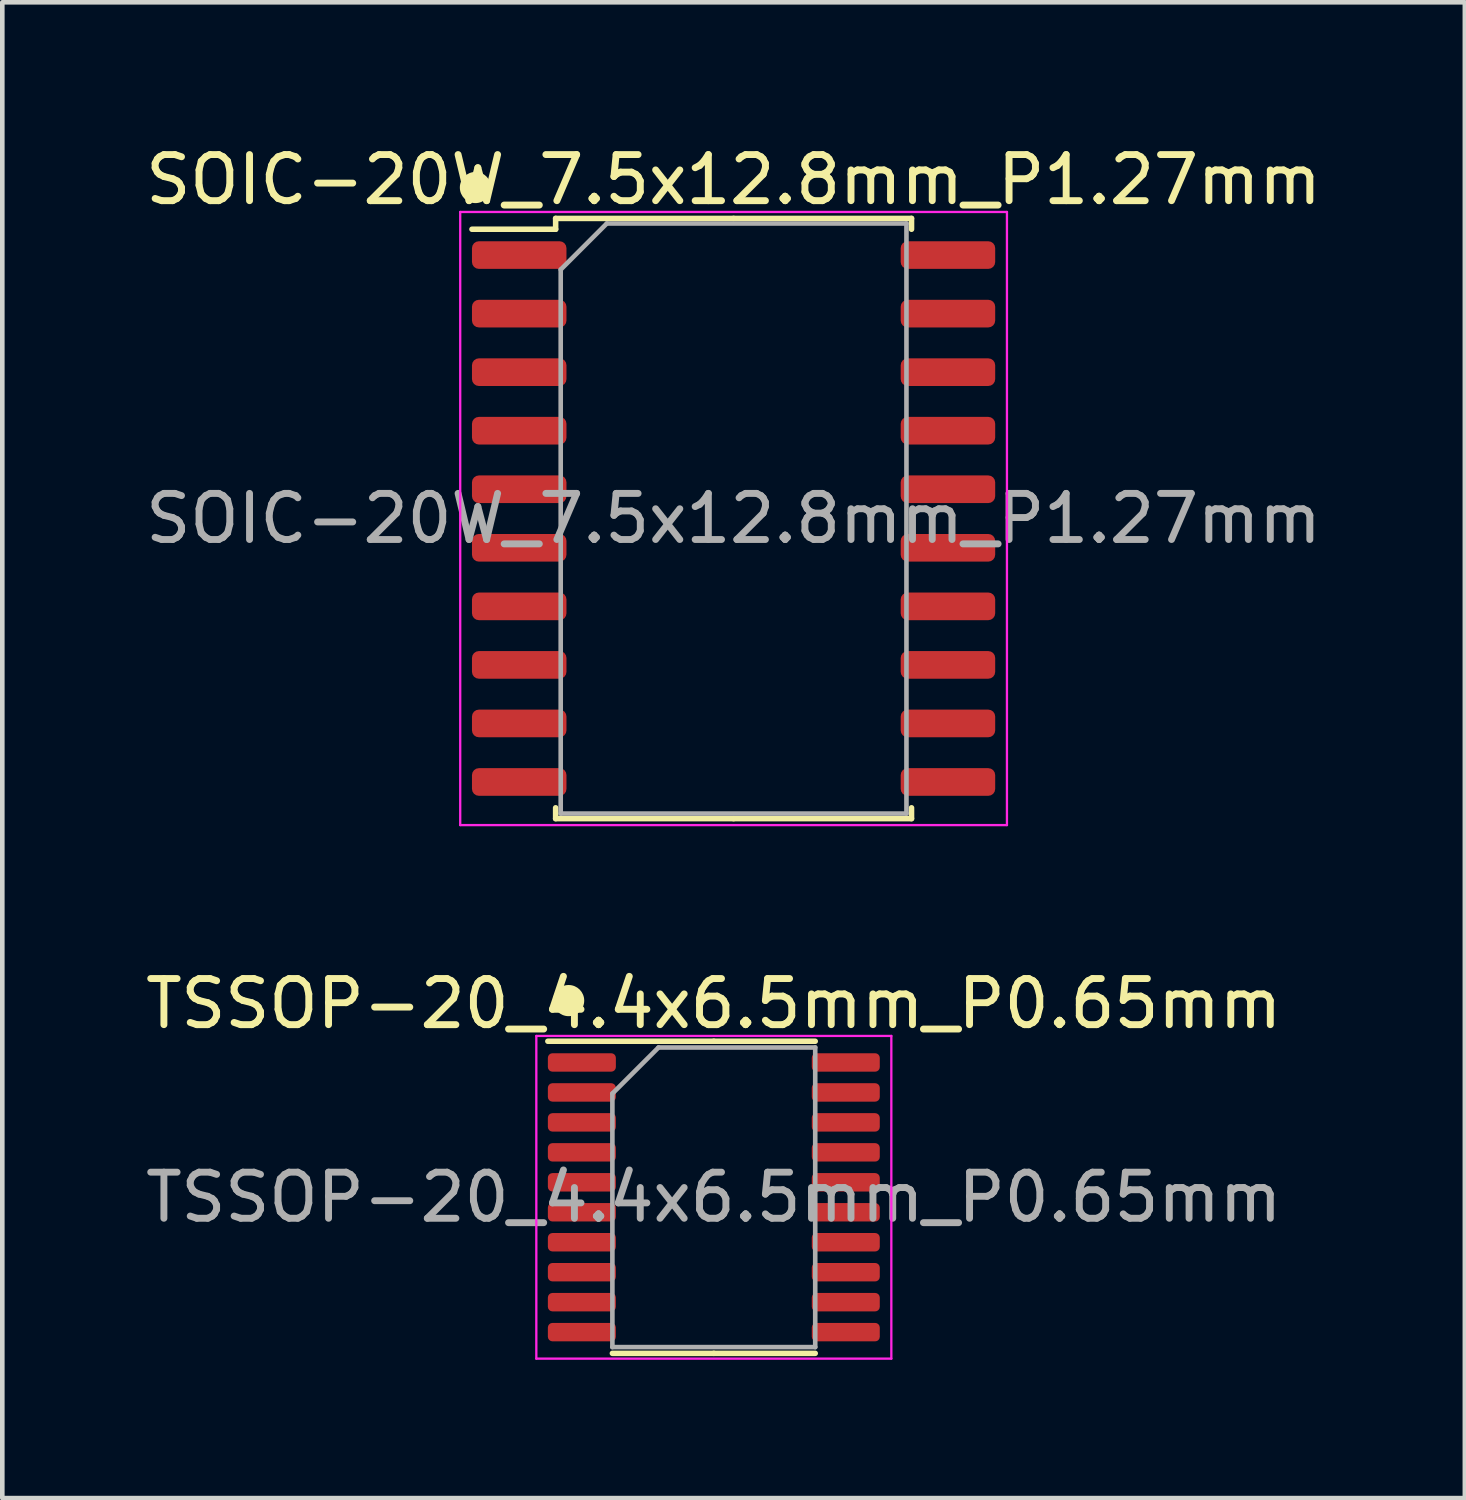
<source format=kicad_pcb>
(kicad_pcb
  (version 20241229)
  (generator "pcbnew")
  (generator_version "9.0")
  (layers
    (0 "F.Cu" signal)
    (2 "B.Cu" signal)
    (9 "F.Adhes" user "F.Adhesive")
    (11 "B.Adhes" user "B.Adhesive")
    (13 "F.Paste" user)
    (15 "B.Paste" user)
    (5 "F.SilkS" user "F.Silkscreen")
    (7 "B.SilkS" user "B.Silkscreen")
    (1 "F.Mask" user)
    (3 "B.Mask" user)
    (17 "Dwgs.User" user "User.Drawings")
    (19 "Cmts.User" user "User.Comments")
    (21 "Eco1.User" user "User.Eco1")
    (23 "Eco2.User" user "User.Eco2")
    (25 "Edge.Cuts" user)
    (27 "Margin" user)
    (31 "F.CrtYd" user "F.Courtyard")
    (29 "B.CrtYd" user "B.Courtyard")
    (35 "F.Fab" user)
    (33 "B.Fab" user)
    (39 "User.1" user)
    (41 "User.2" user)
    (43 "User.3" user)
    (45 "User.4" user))
  (footprint "SOIC-20W_7.5x12.8mm_P1.27mm"
    (layer "F.Cu")
    (at 12.863 8.198)
    (property "Reference" "SOIC-20W_7.5x12.8mm_P1.27mm" (at 0 -7.35 0) (layer "F.SilkS") (effects (font (size 1 1) (thickness 0.15))))
    (attr smd)
    (fp_line (start -3.86 -6.51) (end -3.86 -6.275) (stroke (width 0.12) (type solid)) (layer "F.SilkS"))
    (fp_line (start -3.86 -6.275) (end -5.675 -6.275) (stroke (width 0.12) (type solid)) (layer "F.SilkS"))
    (fp_line (start -3.86 6.51) (end -3.86 6.275) (stroke (width 0.12) (type solid)) (layer "F.SilkS"))
    (fp_line (start 0 -6.51) (end -3.86 -6.51) (stroke (width 0.12) (type solid)) (layer "F.SilkS"))
    (fp_line (start 0 -6.51) (end 3.86 -6.51) (stroke (width 0.12) (type solid)) (layer "F.SilkS"))
    (fp_line (start 0 6.51) (end -3.86 6.51) (stroke (width 0.12) (type solid)) (layer "F.SilkS"))
    (fp_line (start 0 6.51) (end 3.86 6.51) (stroke (width 0.12) (type solid)) (layer "F.SilkS"))
    (fp_line (start 3.86 -6.51) (end 3.86 -6.275) (stroke (width 0.12) (type solid)) (layer "F.SilkS"))
    (fp_line (start 3.86 6.51) (end 3.86 6.275) (stroke (width 0.12) (type solid)) (layer "F.SilkS"))
    (fp_circle (center -5.6 -7.18) (end -5.322 -7.18) (stroke (width 0.12) (type solid)) (fill yes) (layer "F.SilkS"))
    (fp_line (start -5.93 -6.65) (end -5.93 6.65) (stroke (width 0.05) (type solid)) (layer "F.CrtYd"))
    (fp_line (start -5.93 6.65) (end 5.93 6.65) (stroke (width 0.05) (type solid)) (layer "F.CrtYd"))
    (fp_line (start 5.93 -6.65) (end -5.93 -6.65) (stroke (width 0.05) (type solid)) (layer "F.CrtYd"))
    (fp_line (start 5.93 6.65) (end 5.93 -6.65) (stroke (width 0.05) (type solid)) (layer "F.CrtYd"))
    (fp_line (start -3.75 -5.4) (end -2.75 -6.4) (stroke (width 0.1) (type solid)) (layer "F.Fab"))
    (fp_line (start -3.75 6.4) (end -3.75 -5.4) (stroke (width 0.1) (type solid)) (layer "F.Fab"))
    (fp_line (start -2.75 -6.4) (end 3.75 -6.4) (stroke (width 0.1) (type solid)) (layer "F.Fab"))
    (fp_line (start 3.75 -6.4) (end 3.75 6.4) (stroke (width 0.1) (type solid)) (layer "F.Fab"))
    (fp_line (start 3.75 6.4) (end -3.75 6.4) (stroke (width 0.1) (type solid)) (layer "F.Fab"))
    (fp_text user "${REFERENCE}" (at 0 0 0) (layer "F.Fab") (effects (font (size 1 1) (thickness 0.15))))
    (pad "1" smd roundrect (at -4.65 -5.715) (size 2.05 0.6) (layers "F.Cu" "F.Mask" "F.Paste") (roundrect_rratio 0.25))
    (pad "2" smd roundrect (at -4.65 -4.445) (size 2.05 0.6) (layers "F.Cu" "F.Mask" "F.Paste") (roundrect_rratio 0.25))
    (pad "3" smd roundrect (at -4.65 -3.175) (size 2.05 0.6) (layers "F.Cu" "F.Mask" "F.Paste") (roundrect_rratio 0.25))
    (pad "4" smd roundrect (at -4.65 -1.905) (size 2.05 0.6) (layers "F.Cu" "F.Mask" "F.Paste") (roundrect_rratio 0.25))
    (pad "5" smd roundrect (at -4.65 -0.635) (size 2.05 0.6) (layers "F.Cu" "F.Mask" "F.Paste") (roundrect_rratio 0.25))
    (pad "6" smd roundrect (at -4.65 0.635) (size 2.05 0.6) (layers "F.Cu" "F.Mask" "F.Paste") (roundrect_rratio 0.25))
    (pad "7" smd roundrect (at -4.65 1.905) (size 2.05 0.6) (layers "F.Cu" "F.Mask" "F.Paste") (roundrect_rratio 0.25))
    (pad "8" smd roundrect (at -4.65 3.175) (size 2.05 0.6) (layers "F.Cu" "F.Mask" "F.Paste") (roundrect_rratio 0.25))
    (pad "9" smd roundrect (at -4.65 4.445) (size 2.05 0.6) (layers "F.Cu" "F.Mask" "F.Paste") (roundrect_rratio 0.25))
    (pad "10" smd roundrect (at -4.65 5.715) (size 2.05 0.6) (layers "F.Cu" "F.Mask" "F.Paste") (roundrect_rratio 0.25))
    (pad "11" smd roundrect (at 4.65 5.715) (size 2.05 0.6) (layers "F.Cu" "F.Mask" "F.Paste") (roundrect_rratio 0.25))
    (pad "12" smd roundrect (at 4.65 4.445) (size 2.05 0.6) (layers "F.Cu" "F.Mask" "F.Paste") (roundrect_rratio 0.25))
    (pad "13" smd roundrect (at 4.65 3.175) (size 2.05 0.6) (layers "F.Cu" "F.Mask" "F.Paste") (roundrect_rratio 0.25))
    (pad "14" smd roundrect (at 4.65 1.905) (size 2.05 0.6) (layers "F.Cu" "F.Mask" "F.Paste") (roundrect_rratio 0.25))
    (pad "15" smd roundrect (at 4.65 0.635) (size 2.05 0.6) (layers "F.Cu" "F.Mask" "F.Paste") (roundrect_rratio 0.25))
    (pad "16" smd roundrect (at 4.65 -0.635) (size 2.05 0.6) (layers "F.Cu" "F.Mask" "F.Paste") (roundrect_rratio 0.25))
    (pad "17" smd roundrect (at 4.65 -1.905) (size 2.05 0.6) (layers "F.Cu" "F.Mask" "F.Paste") (roundrect_rratio 0.25))
    (pad "18" smd roundrect (at 4.65 -3.175) (size 2.05 0.6) (layers "F.Cu" "F.Mask" "F.Paste") (roundrect_rratio 0.25))
    (pad "19" smd roundrect (at 4.65 -4.445) (size 2.05 0.6) (layers "F.Cu" "F.Mask" "F.Paste") (roundrect_rratio 0.25))
    (pad "20" smd roundrect (at 4.65 -5.715) (size 2.05 0.6) (layers "F.Cu" "F.Mask" "F.Paste") (roundrect_rratio 0.25)))
  (footprint "TSSOP-20_4.4x6.5mm_P0.65mm"
    (layer "F.Cu")
    (at 9.572 19.997)
    (property "Reference" "TSSOP-20_4.4x6.5mm_P0.65mm" (at 2.862 -1.275 0) (layer "F.SilkS") (effects (font (size 1 1) (thickness 0.15))))
    (attr smd)
    (fp_line (start 2.862 -0.46) (end -0.738 -0.46) (stroke (width 0.12) (type solid)) (layer "F.SilkS"))
    (fp_line (start 2.862 -0.46) (end 5.062 -0.46) (stroke (width 0.12) (type solid)) (layer "F.SilkS"))
    (fp_line (start 2.862 6.31) (end 0.662 6.31) (stroke (width 0.12) (type solid)) (layer "F.SilkS"))
    (fp_line (start 2.862 6.31) (end 5.062 6.31) (stroke (width 0.12) (type solid)) (layer "F.SilkS"))
    (fp_circle (center -0.287 -1.342) (end -0.009 -1.342) (stroke (width 0.12) (type solid)) (fill yes) (layer "F.SilkS"))
    (fp_line (start -0.988 -0.575) (end -0.988 6.425) (stroke (width 0.05) (type solid)) (layer "F.CrtYd"))
    (fp_line (start -0.988 6.425) (end 6.713 6.425) (stroke (width 0.05) (type solid)) (layer "F.CrtYd"))
    (fp_line (start 6.713 -0.575) (end -0.988 -0.575) (stroke (width 0.05) (type solid)) (layer "F.CrtYd"))
    (fp_line (start 6.713 6.425) (end 6.713 -0.575) (stroke (width 0.05) (type solid)) (layer "F.CrtYd"))
    (fp_line (start 0.662 0.675) (end 1.663 -0.325) (stroke (width 0.1) (type solid)) (layer "F.Fab"))
    (fp_line (start 0.662 6.175) (end 0.662 0.675) (stroke (width 0.1) (type solid)) (layer "F.Fab"))
    (fp_line (start 1.663 -0.325) (end 5.062 -0.325) (stroke (width 0.1) (type solid)) (layer "F.Fab"))
    (fp_line (start 5.062 -0.325) (end 5.062 6.175) (stroke (width 0.1) (type solid)) (layer "F.Fab"))
    (fp_line (start 5.062 6.175) (end 0.662 6.175) (stroke (width 0.1) (type solid)) (layer "F.Fab"))
    (fp_text user "${REFERENCE}" (at 2.862 2.925 0) (layer "F.Fab") (effects (font (size 1 1) (thickness 0.15))))
    (pad "1" smd roundrect (at 0 0) (size 1.475 0.4) (layers "F.Cu" "F.Mask" "F.Paste") (roundrect_rratio 0.25))
    (pad "2" smd roundrect (at 0 0.65) (size 1.475 0.4) (layers "F.Cu" "F.Mask" "F.Paste") (roundrect_rratio 0.25))
    (pad "3" smd roundrect (at 0 1.3) (size 1.475 0.4) (layers "F.Cu" "F.Mask" "F.Paste") (roundrect_rratio 0.25))
    (pad "4" smd roundrect (at 0 1.95) (size 1.475 0.4) (layers "F.Cu" "F.Mask" "F.Paste") (roundrect_rratio 0.25))
    (pad "5" smd roundrect (at 0 2.6) (size 1.475 0.4) (layers "F.Cu" "F.Mask" "F.Paste") (roundrect_rratio 0.25))
    (pad "6" smd roundrect (at 0 3.25) (size 1.475 0.4) (layers "F.Cu" "F.Mask" "F.Paste") (roundrect_rratio 0.25))
    (pad "7" smd roundrect (at 0 3.9) (size 1.475 0.4) (layers "F.Cu" "F.Mask" "F.Paste") (roundrect_rratio 0.25))
    (pad "8" smd roundrect (at 0 4.55) (size 1.475 0.4) (layers "F.Cu" "F.Mask" "F.Paste") (roundrect_rratio 0.25))
    (pad "9" smd roundrect (at 0 5.2) (size 1.475 0.4) (layers "F.Cu" "F.Mask" "F.Paste") (roundrect_rratio 0.25))
    (pad "10" smd roundrect (at 0 5.85) (size 1.475 0.4) (layers "F.Cu" "F.Mask" "F.Paste") (roundrect_rratio 0.25))
    (pad "11" smd roundrect (at 5.725 5.85) (size 1.475 0.4) (layers "F.Cu" "F.Mask" "F.Paste") (roundrect_rratio 0.25))
    (pad "12" smd roundrect (at 5.725 5.2) (size 1.475 0.4) (layers "F.Cu" "F.Mask" "F.Paste") (roundrect_rratio 0.25))
    (pad "13" smd roundrect (at 5.725 4.55) (size 1.475 0.4) (layers "F.Cu" "F.Mask" "F.Paste") (roundrect_rratio 0.25))
    (pad "14" smd roundrect (at 5.725 3.9) (size 1.475 0.4) (layers "F.Cu" "F.Mask" "F.Paste") (roundrect_rratio 0.25))
    (pad "15" smd roundrect (at 5.725 3.25) (size 1.475 0.4) (layers "F.Cu" "F.Mask" "F.Paste") (roundrect_rratio 0.25))
    (pad "16" smd roundrect (at 5.725 2.6) (size 1.475 0.4) (layers "F.Cu" "F.Mask" "F.Paste") (roundrect_rratio 0.25))
    (pad "17" smd roundrect (at 5.725 1.95) (size 1.475 0.4) (layers "F.Cu" "F.Mask" "F.Paste") (roundrect_rratio 0.25))
    (pad "18" smd roundrect (at 5.725 1.3) (size 1.475 0.4) (layers "F.Cu" "F.Mask" "F.Paste") (roundrect_rratio 0.25))
    (pad "19" smd roundrect (at 5.725 0.65) (size 1.475 0.4) (layers "F.Cu" "F.Mask" "F.Paste") (roundrect_rratio 0.25))
    (pad "20" smd roundrect (at 5.725 0) (size 1.475 0.4) (layers "F.Cu" "F.Mask" "F.Paste") (roundrect_rratio 0.25)))
  (gr_rect
    (start -3 -3)
    (end 28.726 29.447)
    (stroke (width 0.1) (type default))
    (fill no)
    (layer "Edge.Cuts")))
</source>
